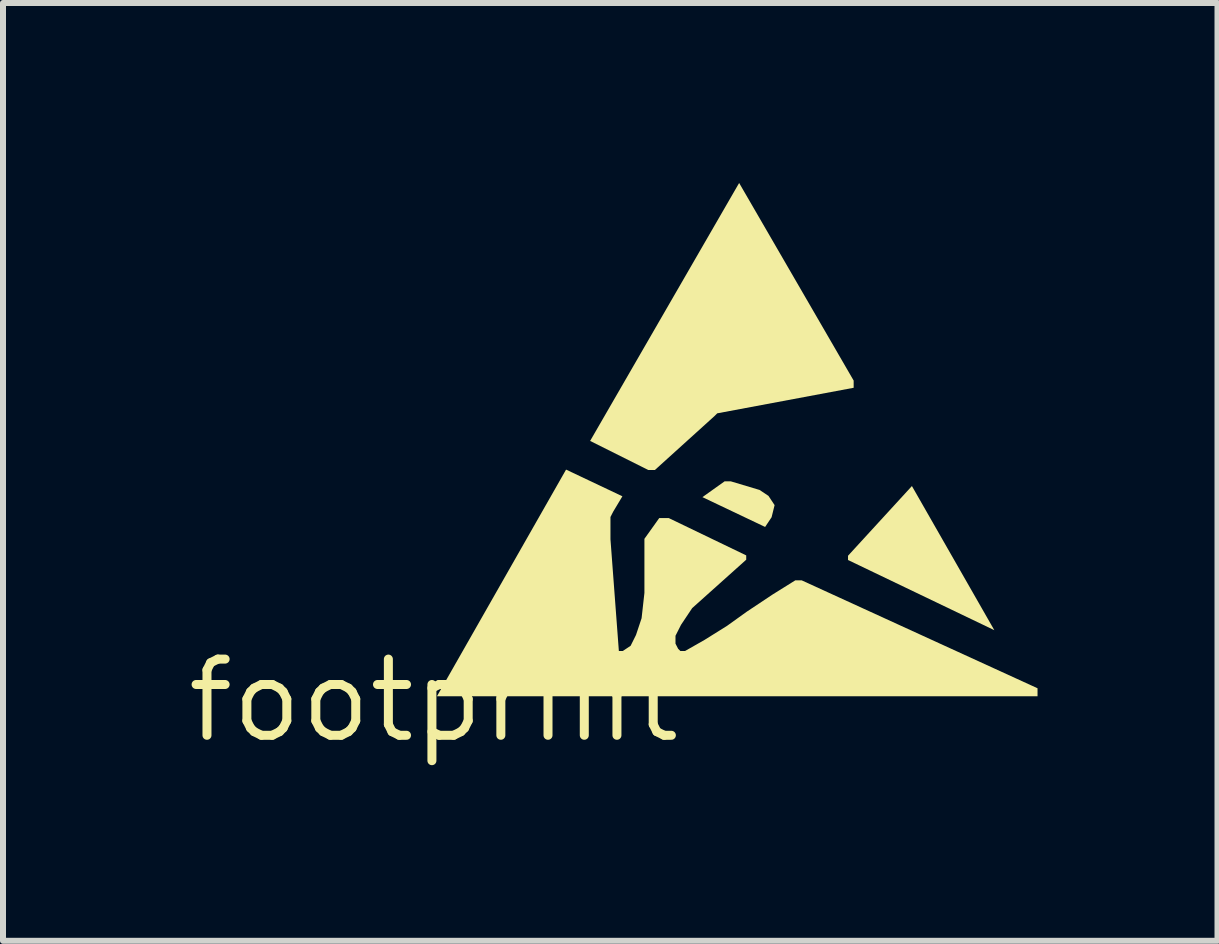
<source format=kicad_pcb>
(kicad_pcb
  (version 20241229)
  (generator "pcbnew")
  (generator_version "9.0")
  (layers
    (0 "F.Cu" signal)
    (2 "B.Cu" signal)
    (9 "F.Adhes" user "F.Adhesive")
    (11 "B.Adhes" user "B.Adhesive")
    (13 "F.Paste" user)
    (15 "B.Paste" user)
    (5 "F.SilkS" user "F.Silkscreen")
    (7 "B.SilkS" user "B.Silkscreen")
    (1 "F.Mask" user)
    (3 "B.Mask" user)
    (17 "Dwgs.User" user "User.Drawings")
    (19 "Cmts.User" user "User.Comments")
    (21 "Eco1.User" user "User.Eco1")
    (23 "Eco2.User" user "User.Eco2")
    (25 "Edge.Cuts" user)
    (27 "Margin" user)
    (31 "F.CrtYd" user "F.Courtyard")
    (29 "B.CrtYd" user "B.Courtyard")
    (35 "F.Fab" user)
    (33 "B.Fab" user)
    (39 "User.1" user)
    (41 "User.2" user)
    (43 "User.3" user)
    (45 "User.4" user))
  (footprint "footprint"
    (layer "F.Cu")
    (at 4.18 8.627)
    (property "Reference" "footprint" (at 0 0 0) (layer "F.SilkS") (effects (font (size 1.27 1.27) (thickness 0.15))))
    (fp_poly (pts (xy 9.345 -1.172) (xy 6.906 -2.342) (xy 6.906 -2.413) (xy 7.971 -3.575)) (stroke (width 0) (type solid)) (fill yes) (layer "F.SilkS"))
    (fp_poly (pts (xy 5.431 -3.51) (xy 5.58 -3.411) (xy 5.682 -3.257) (xy 5.632 -3.055) (xy 5.524 -2.893) (xy 4.479 -3.39) (xy 4.848 -3.653) (xy 4.953 -3.653)) (stroke (width 0) (type solid)) (fill yes) (layer "F.SilkS"))
    (fp_poly (pts (xy 7 -5.333) (xy 7 -5.213) (xy 4.726 -4.787) (xy 4.683 -4.744) (xy 3.686 -3.842) (xy 3.577 -3.842) (xy 2.607 -4.327) (xy 5.091 -8.627)) (stroke (width 0) (type solid)) (fill yes) (layer "F.SilkS"))
    (fp_poly (pts (xy 3.145 -3.404) (xy 2.991 -3.147) (xy 2.946 -3.059) (xy 2.946 -2.688) (xy 3.086 -0.825) (xy 3.151 -0.825) (xy 3.282 -0.912) (xy 3.372 -1.093) (xy 3.465 -1.372) (xy 3.512 -1.793) (xy 3.512 -2.695) (xy 3.759 -3.041) (xy 3.918 -3.041) (xy 5.209 -2.419) (xy 5.209 -2.347) (xy 4.308 -1.54) (xy 4.122 -1.261) (xy 4.03 -1.079) (xy 4.03 -0.948) (xy 4.074 -0.862) (xy 4.111 -0.825) (xy 4.189 -0.825) (xy 4.514 -1.01) (xy 4.89 -1.245) (xy 5.219 -1.481) (xy 5.644 -1.764) (xy 6.027 -2.003) (xy 6.134 -2.003) (xy 10.065 -0.204) (xy 10.065 -0.071) (xy 0.054 -0.071) (xy 2.206 -3.849)) (stroke (width 0) (type solid)) (fill yes) (layer "F.SilkS")))
  (gr_rect
    (start -3 -3)
    (end 17.245 12.633)
    (stroke (width 0.1) (type default))
    (fill no)
    (layer "Edge.Cuts")))
</source>
